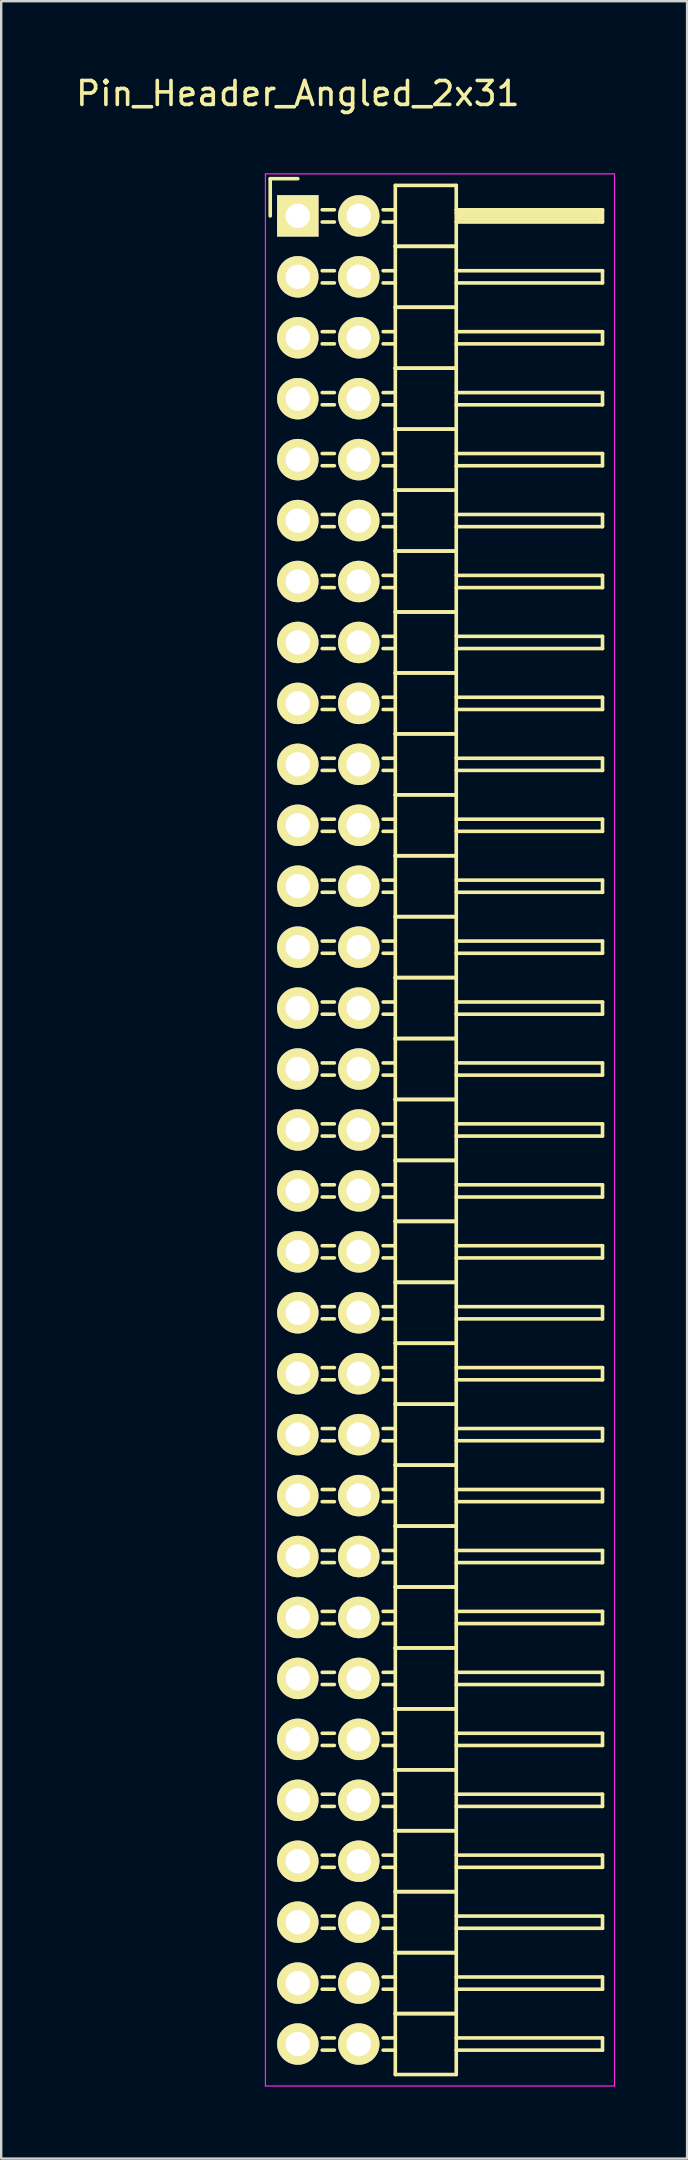
<source format=kicad_pcb>
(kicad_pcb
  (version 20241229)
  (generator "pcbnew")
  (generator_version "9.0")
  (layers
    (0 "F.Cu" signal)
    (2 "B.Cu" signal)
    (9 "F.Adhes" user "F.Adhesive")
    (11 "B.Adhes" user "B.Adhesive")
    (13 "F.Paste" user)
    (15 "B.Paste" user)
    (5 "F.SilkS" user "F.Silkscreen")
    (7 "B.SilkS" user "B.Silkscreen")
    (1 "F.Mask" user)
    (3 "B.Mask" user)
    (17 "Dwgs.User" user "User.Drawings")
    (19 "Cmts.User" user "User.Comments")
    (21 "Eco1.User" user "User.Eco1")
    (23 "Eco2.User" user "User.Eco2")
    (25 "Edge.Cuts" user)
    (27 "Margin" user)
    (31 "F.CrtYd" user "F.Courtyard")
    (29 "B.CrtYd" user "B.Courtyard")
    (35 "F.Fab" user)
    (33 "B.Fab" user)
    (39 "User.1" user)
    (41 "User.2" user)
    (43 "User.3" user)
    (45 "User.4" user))
  (footprint "Pin_Header_Angled_2x31"
    (layer "F.Cu")
    (at 9.363 5.948)
    (property "Reference" "Pin_Header_Angled_2x31" (at 0 -5.1 0) (layer "F.SilkS") (effects (font (size 1 1) (thickness 0.15))))
    (attr through_hole)
    (fp_line (start -1.15 -1.55) (end -1.15 0) (stroke (width 0.15) (type solid)) (layer "F.SilkS"))
    (fp_line (start 0 -1.55) (end -1.15 -1.55) (stroke (width 0.15) (type solid)) (layer "F.SilkS"))
    (fp_line (start 1.524 -0.254) (end 1.016 -0.254) (stroke (width 0.15) (type solid)) (layer "F.SilkS"))
    (fp_line (start 1.524 0.254) (end 1.016 0.254) (stroke (width 0.15) (type solid)) (layer "F.SilkS"))
    (fp_line (start 1.524 2.286) (end 1.016 2.286) (stroke (width 0.15) (type solid)) (layer "F.SilkS"))
    (fp_line (start 1.524 2.794) (end 1.016 2.794) (stroke (width 0.15) (type solid)) (layer "F.SilkS"))
    (fp_line (start 1.524 4.826) (end 1.016 4.826) (stroke (width 0.15) (type solid)) (layer "F.SilkS"))
    (fp_line (start 1.524 5.334) (end 1.016 5.334) (stroke (width 0.15) (type solid)) (layer "F.SilkS"))
    (fp_line (start 1.524 7.366) (end 1.016 7.366) (stroke (width 0.15) (type solid)) (layer "F.SilkS"))
    (fp_line (start 1.524 7.874) (end 1.016 7.874) (stroke (width 0.15) (type solid)) (layer "F.SilkS"))
    (fp_line (start 1.524 9.906) (end 1.016 9.906) (stroke (width 0.15) (type solid)) (layer "F.SilkS"))
    (fp_line (start 1.524 10.414) (end 1.016 10.414) (stroke (width 0.15) (type solid)) (layer "F.SilkS"))
    (fp_line (start 1.524 12.446) (end 1.016 12.446) (stroke (width 0.15) (type solid)) (layer "F.SilkS"))
    (fp_line (start 1.524 12.954) (end 1.016 12.954) (stroke (width 0.15) (type solid)) (layer "F.SilkS"))
    (fp_line (start 1.524 14.986) (end 1.016 14.986) (stroke (width 0.15) (type solid)) (layer "F.SilkS"))
    (fp_line (start 1.524 15.494) (end 1.016 15.494) (stroke (width 0.15) (type solid)) (layer "F.SilkS"))
    (fp_line (start 1.524 17.526) (end 1.016 17.526) (stroke (width 0.15) (type solid)) (layer "F.SilkS"))
    (fp_line (start 1.524 18.034) (end 1.016 18.034) (stroke (width 0.15) (type solid)) (layer "F.SilkS"))
    (fp_line (start 1.524 20.066) (end 1.016 20.066) (stroke (width 0.15) (type solid)) (layer "F.SilkS"))
    (fp_line (start 1.524 20.574) (end 1.016 20.574) (stroke (width 0.15) (type solid)) (layer "F.SilkS"))
    (fp_line (start 1.524 22.606) (end 1.016 22.606) (stroke (width 0.15) (type solid)) (layer "F.SilkS"))
    (fp_line (start 1.524 23.114) (end 1.016 23.114) (stroke (width 0.15) (type solid)) (layer "F.SilkS"))
    (fp_line (start 1.524 25.146) (end 1.016 25.146) (stroke (width 0.15) (type solid)) (layer "F.SilkS"))
    (fp_line (start 1.524 25.654) (end 1.016 25.654) (stroke (width 0.15) (type solid)) (layer "F.SilkS"))
    (fp_line (start 1.524 27.686) (end 1.016 27.686) (stroke (width 0.15) (type solid)) (layer "F.SilkS"))
    (fp_line (start 1.524 28.194) (end 1.016 28.194) (stroke (width 0.15) (type solid)) (layer "F.SilkS"))
    (fp_line (start 1.524 30.226) (end 1.016 30.226) (stroke (width 0.15) (type solid)) (layer "F.SilkS"))
    (fp_line (start 1.524 30.734) (end 1.016 30.734) (stroke (width 0.15) (type solid)) (layer "F.SilkS"))
    (fp_line (start 1.524 32.766) (end 1.016 32.766) (stroke (width 0.15) (type solid)) (layer "F.SilkS"))
    (fp_line (start 1.524 33.274) (end 1.016 33.274) (stroke (width 0.15) (type solid)) (layer "F.SilkS"))
    (fp_line (start 1.524 35.306) (end 1.016 35.306) (stroke (width 0.15) (type solid)) (layer "F.SilkS"))
    (fp_line (start 1.524 35.814) (end 1.016 35.814) (stroke (width 0.15) (type solid)) (layer "F.SilkS"))
    (fp_line (start 1.524 37.846) (end 1.016 37.846) (stroke (width 0.15) (type solid)) (layer "F.SilkS"))
    (fp_line (start 1.524 38.354) (end 1.016 38.354) (stroke (width 0.15) (type solid)) (layer "F.SilkS"))
    (fp_line (start 1.524 40.386) (end 1.016 40.386) (stroke (width 0.15) (type solid)) (layer "F.SilkS"))
    (fp_line (start 1.524 40.894) (end 1.016 40.894) (stroke (width 0.15) (type solid)) (layer "F.SilkS"))
    (fp_line (start 1.524 42.926) (end 1.016 42.926) (stroke (width 0.15) (type solid)) (layer "F.SilkS"))
    (fp_line (start 1.524 43.434) (end 1.016 43.434) (stroke (width 0.15) (type solid)) (layer "F.SilkS"))
    (fp_line (start 1.524 45.466) (end 1.016 45.466) (stroke (width 0.15) (type solid)) (layer "F.SilkS"))
    (fp_line (start 1.524 45.974) (end 1.016 45.974) (stroke (width 0.15) (type solid)) (layer "F.SilkS"))
    (fp_line (start 1.524 48.006) (end 1.016 48.006) (stroke (width 0.15) (type solid)) (layer "F.SilkS"))
    (fp_line (start 1.524 48.514) (end 1.016 48.514) (stroke (width 0.15) (type solid)) (layer "F.SilkS"))
    (fp_line (start 1.524 50.546) (end 1.016 50.546) (stroke (width 0.15) (type solid)) (layer "F.SilkS"))
    (fp_line (start 1.524 51.054) (end 1.016 51.054) (stroke (width 0.15) (type solid)) (layer "F.SilkS"))
    (fp_line (start 1.524 53.086) (end 1.016 53.086) (stroke (width 0.15) (type solid)) (layer "F.SilkS"))
    (fp_line (start 1.524 53.594) (end 1.016 53.594) (stroke (width 0.15) (type solid)) (layer "F.SilkS"))
    (fp_line (start 1.524 55.626) (end 1.016 55.626) (stroke (width 0.15) (type solid)) (layer "F.SilkS"))
    (fp_line (start 1.524 56.134) (end 1.016 56.134) (stroke (width 0.15) (type solid)) (layer "F.SilkS"))
    (fp_line (start 1.524 58.166) (end 1.016 58.166) (stroke (width 0.15) (type solid)) (layer "F.SilkS"))
    (fp_line (start 1.524 58.674) (end 1.016 58.674) (stroke (width 0.15) (type solid)) (layer "F.SilkS"))
    (fp_line (start 1.524 60.706) (end 1.016 60.706) (stroke (width 0.15) (type solid)) (layer "F.SilkS"))
    (fp_line (start 1.524 61.214) (end 1.016 61.214) (stroke (width 0.15) (type solid)) (layer "F.SilkS"))
    (fp_line (start 1.524 63.246) (end 1.016 63.246) (stroke (width 0.15) (type solid)) (layer "F.SilkS"))
    (fp_line (start 1.524 63.754) (end 1.016 63.754) (stroke (width 0.15) (type solid)) (layer "F.SilkS"))
    (fp_line (start 1.524 65.786) (end 1.016 65.786) (stroke (width 0.15) (type solid)) (layer "F.SilkS"))
    (fp_line (start 1.524 66.294) (end 1.016 66.294) (stroke (width 0.15) (type solid)) (layer "F.SilkS"))
    (fp_line (start 1.524 68.326) (end 1.016 68.326) (stroke (width 0.15) (type solid)) (layer "F.SilkS"))
    (fp_line (start 1.524 68.834) (end 1.016 68.834) (stroke (width 0.15) (type solid)) (layer "F.SilkS"))
    (fp_line (start 1.524 70.866) (end 1.016 70.866) (stroke (width 0.15) (type solid)) (layer "F.SilkS"))
    (fp_line (start 1.524 71.374) (end 1.016 71.374) (stroke (width 0.15) (type solid)) (layer "F.SilkS"))
    (fp_line (start 1.524 73.406) (end 1.016 73.406) (stroke (width 0.15) (type solid)) (layer "F.SilkS"))
    (fp_line (start 1.524 73.914) (end 1.016 73.914) (stroke (width 0.15) (type solid)) (layer "F.SilkS"))
    (fp_line (start 1.524 75.946) (end 1.016 75.946) (stroke (width 0.15) (type solid)) (layer "F.SilkS"))
    (fp_line (start 1.524 76.454) (end 1.016 76.454) (stroke (width 0.15) (type solid)) (layer "F.SilkS"))
    (fp_line (start 4.064 -1.27) (end 4.064 1.27) (stroke (width 0.15) (type solid)) (layer "F.SilkS"))
    (fp_line (start 4.064 -1.27) (end 6.604 -1.27) (stroke (width 0.15) (type solid)) (layer "F.SilkS"))
    (fp_line (start 4.064 -0.254) (end 3.556 -0.254) (stroke (width 0.15) (type solid)) (layer "F.SilkS"))
    (fp_line (start 4.064 0.254) (end 3.556 0.254) (stroke (width 0.15) (type solid)) (layer "F.SilkS"))
    (fp_line (start 4.064 1.27) (end 4.064 3.81) (stroke (width 0.15) (type solid)) (layer "F.SilkS"))
    (fp_line (start 4.064 1.27) (end 6.604 1.27) (stroke (width 0.15) (type solid)) (layer "F.SilkS"))
    (fp_line (start 4.064 1.27) (end 6.604 1.27) (stroke (width 0.15) (type solid)) (layer "F.SilkS"))
    (fp_line (start 4.064 2.286) (end 3.556 2.286) (stroke (width 0.15) (type solid)) (layer "F.SilkS"))
    (fp_line (start 4.064 2.794) (end 3.556 2.794) (stroke (width 0.15) (type solid)) (layer "F.SilkS"))
    (fp_line (start 4.064 3.81) (end 4.064 6.35) (stroke (width 0.15) (type solid)) (layer "F.SilkS"))
    (fp_line (start 4.064 3.81) (end 6.604 3.81) (stroke (width 0.15) (type solid)) (layer "F.SilkS"))
    (fp_line (start 4.064 3.81) (end 6.604 3.81) (stroke (width 0.15) (type solid)) (layer "F.SilkS"))
    (fp_line (start 4.064 4.826) (end 3.556 4.826) (stroke (width 0.15) (type solid)) (layer "F.SilkS"))
    (fp_line (start 4.064 5.334) (end 3.556 5.334) (stroke (width 0.15) (type solid)) (layer "F.SilkS"))
    (fp_line (start 4.064 6.35) (end 4.064 8.89) (stroke (width 0.15) (type solid)) (layer "F.SilkS"))
    (fp_line (start 4.064 6.35) (end 6.604 6.35) (stroke (width 0.15) (type solid)) (layer "F.SilkS"))
    (fp_line (start 4.064 6.35) (end 6.604 6.35) (stroke (width 0.15) (type solid)) (layer "F.SilkS"))
    (fp_line (start 4.064 7.366) (end 3.556 7.366) (stroke (width 0.15) (type solid)) (layer "F.SilkS"))
    (fp_line (start 4.064 7.874) (end 3.556 7.874) (stroke (width 0.15) (type solid)) (layer "F.SilkS"))
    (fp_line (start 4.064 8.89) (end 4.064 11.43) (stroke (width 0.15) (type solid)) (layer "F.SilkS"))
    (fp_line (start 4.064 8.89) (end 6.604 8.89) (stroke (width 0.15) (type solid)) (layer "F.SilkS"))
    (fp_line (start 4.064 8.89) (end 6.604 8.89) (stroke (width 0.15) (type solid)) (layer "F.SilkS"))
    (fp_line (start 4.064 9.906) (end 3.556 9.906) (stroke (width 0.15) (type solid)) (layer "F.SilkS"))
    (fp_line (start 4.064 10.414) (end 3.556 10.414) (stroke (width 0.15) (type solid)) (layer "F.SilkS"))
    (fp_line (start 4.064 11.43) (end 4.064 13.97) (stroke (width 0.15) (type solid)) (layer "F.SilkS"))
    (fp_line (start 4.064 11.43) (end 6.604 11.43) (stroke (width 0.15) (type solid)) (layer "F.SilkS"))
    (fp_line (start 4.064 11.43) (end 6.604 11.43) (stroke (width 0.15) (type solid)) (layer "F.SilkS"))
    (fp_line (start 4.064 12.446) (end 3.556 12.446) (stroke (width 0.15) (type solid)) (layer "F.SilkS"))
    (fp_line (start 4.064 12.954) (end 3.556 12.954) (stroke (width 0.15) (type solid)) (layer "F.SilkS"))
    (fp_line (start 4.064 13.97) (end 4.064 16.51) (stroke (width 0.15) (type solid)) (layer "F.SilkS"))
    (fp_line (start 4.064 13.97) (end 6.604 13.97) (stroke (width 0.15) (type solid)) (layer "F.SilkS"))
    (fp_line (start 4.064 13.97) (end 6.604 13.97) (stroke (width 0.15) (type solid)) (layer "F.SilkS"))
    (fp_line (start 4.064 14.986) (end 3.556 14.986) (stroke (width 0.15) (type solid)) (layer "F.SilkS"))
    (fp_line (start 4.064 15.494) (end 3.556 15.494) (stroke (width 0.15) (type solid)) (layer "F.SilkS"))
    (fp_line (start 4.064 16.51) (end 4.064 19.05) (stroke (width 0.15) (type solid)) (layer "F.SilkS"))
    (fp_line (start 4.064 16.51) (end 6.604 16.51) (stroke (width 0.15) (type solid)) (layer "F.SilkS"))
    (fp_line (start 4.064 16.51) (end 6.604 16.51) (stroke (width 0.15) (type solid)) (layer "F.SilkS"))
    (fp_line (start 4.064 17.526) (end 3.556 17.526) (stroke (width 0.15) (type solid)) (layer "F.SilkS"))
    (fp_line (start 4.064 18.034) (end 3.556 18.034) (stroke (width 0.15) (type solid)) (layer "F.SilkS"))
    (fp_line (start 4.064 19.05) (end 4.064 21.59) (stroke (width 0.15) (type solid)) (layer "F.SilkS"))
    (fp_line (start 4.064 19.05) (end 6.604 19.05) (stroke (width 0.15) (type solid)) (layer "F.SilkS"))
    (fp_line (start 4.064 19.05) (end 6.604 19.05) (stroke (width 0.15) (type solid)) (layer "F.SilkS"))
    (fp_line (start 4.064 20.066) (end 3.556 20.066) (stroke (width 0.15) (type solid)) (layer "F.SilkS"))
    (fp_line (start 4.064 20.574) (end 3.556 20.574) (stroke (width 0.15) (type solid)) (layer "F.SilkS"))
    (fp_line (start 4.064 21.59) (end 4.064 24.13) (stroke (width 0.15) (type solid)) (layer "F.SilkS"))
    (fp_line (start 4.064 21.59) (end 6.604 21.59) (stroke (width 0.15) (type solid)) (layer "F.SilkS"))
    (fp_line (start 4.064 21.59) (end 6.604 21.59) (stroke (width 0.15) (type solid)) (layer "F.SilkS"))
    (fp_line (start 4.064 22.606) (end 3.556 22.606) (stroke (width 0.15) (type solid)) (layer "F.SilkS"))
    (fp_line (start 4.064 23.114) (end 3.556 23.114) (stroke (width 0.15) (type solid)) (layer "F.SilkS"))
    (fp_line (start 4.064 24.13) (end 4.064 26.67) (stroke (width 0.15) (type solid)) (layer "F.SilkS"))
    (fp_line (start 4.064 24.13) (end 6.604 24.13) (stroke (width 0.15) (type solid)) (layer "F.SilkS"))
    (fp_line (start 4.064 24.13) (end 6.604 24.13) (stroke (width 0.15) (type solid)) (layer "F.SilkS"))
    (fp_line (start 4.064 25.146) (end 3.556 25.146) (stroke (width 0.15) (type solid)) (layer "F.SilkS"))
    (fp_line (start 4.064 25.654) (end 3.556 25.654) (stroke (width 0.15) (type solid)) (layer "F.SilkS"))
    (fp_line (start 4.064 26.67) (end 4.064 29.21) (stroke (width 0.15) (type solid)) (layer "F.SilkS"))
    (fp_line (start 4.064 26.67) (end 6.604 26.67) (stroke (width 0.15) (type solid)) (layer "F.SilkS"))
    (fp_line (start 4.064 26.67) (end 6.604 26.67) (stroke (width 0.15) (type solid)) (layer "F.SilkS"))
    (fp_line (start 4.064 27.686) (end 3.556 27.686) (stroke (width 0.15) (type solid)) (layer "F.SilkS"))
    (fp_line (start 4.064 28.194) (end 3.556 28.194) (stroke (width 0.15) (type solid)) (layer "F.SilkS"))
    (fp_line (start 4.064 29.21) (end 4.064 31.75) (stroke (width 0.15) (type solid)) (layer "F.SilkS"))
    (fp_line (start 4.064 29.21) (end 6.604 29.21) (stroke (width 0.15) (type solid)) (layer "F.SilkS"))
    (fp_line (start 4.064 29.21) (end 6.604 29.21) (stroke (width 0.15) (type solid)) (layer "F.SilkS"))
    (fp_line (start 4.064 30.226) (end 3.556 30.226) (stroke (width 0.15) (type solid)) (layer "F.SilkS"))
    (fp_line (start 4.064 30.734) (end 3.556 30.734) (stroke (width 0.15) (type solid)) (layer "F.SilkS"))
    (fp_line (start 4.064 31.75) (end 4.064 34.29) (stroke (width 0.15) (type solid)) (layer "F.SilkS"))
    (fp_line (start 4.064 31.75) (end 6.604 31.75) (stroke (width 0.15) (type solid)) (layer "F.SilkS"))
    (fp_line (start 4.064 31.75) (end 6.604 31.75) (stroke (width 0.15) (type solid)) (layer "F.SilkS"))
    (fp_line (start 4.064 32.766) (end 3.556 32.766) (stroke (width 0.15) (type solid)) (layer "F.SilkS"))
    (fp_line (start 4.064 33.274) (end 3.556 33.274) (stroke (width 0.15) (type solid)) (layer "F.SilkS"))
    (fp_line (start 4.064 34.29) (end 4.064 36.83) (stroke (width 0.15) (type solid)) (layer "F.SilkS"))
    (fp_line (start 4.064 34.29) (end 6.604 34.29) (stroke (width 0.15) (type solid)) (layer "F.SilkS"))
    (fp_line (start 4.064 34.29) (end 6.604 34.29) (stroke (width 0.15) (type solid)) (layer "F.SilkS"))
    (fp_line (start 4.064 35.306) (end 3.556 35.306) (stroke (width 0.15) (type solid)) (layer "F.SilkS"))
    (fp_line (start 4.064 35.814) (end 3.556 35.814) (stroke (width 0.15) (type solid)) (layer "F.SilkS"))
    (fp_line (start 4.064 36.83) (end 4.064 39.37) (stroke (width 0.15) (type solid)) (layer "F.SilkS"))
    (fp_line (start 4.064 36.83) (end 6.604 36.83) (stroke (width 0.15) (type solid)) (layer "F.SilkS"))
    (fp_line (start 4.064 36.83) (end 6.604 36.83) (stroke (width 0.15) (type solid)) (layer "F.SilkS"))
    (fp_line (start 4.064 37.846) (end 3.556 37.846) (stroke (width 0.15) (type solid)) (layer "F.SilkS"))
    (fp_line (start 4.064 38.354) (end 3.556 38.354) (stroke (width 0.15) (type solid)) (layer "F.SilkS"))
    (fp_line (start 4.064 39.37) (end 4.064 41.91) (stroke (width 0.15) (type solid)) (layer "F.SilkS"))
    (fp_line (start 4.064 39.37) (end 6.604 39.37) (stroke (width 0.15) (type solid)) (layer "F.SilkS"))
    (fp_line (start 4.064 39.37) (end 6.604 39.37) (stroke (width 0.15) (type solid)) (layer "F.SilkS"))
    (fp_line (start 4.064 40.386) (end 3.556 40.386) (stroke (width 0.15) (type solid)) (layer "F.SilkS"))
    (fp_line (start 4.064 40.894) (end 3.556 40.894) (stroke (width 0.15) (type solid)) (layer "F.SilkS"))
    (fp_line (start 4.064 41.91) (end 4.064 44.45) (stroke (width 0.15) (type solid)) (layer "F.SilkS"))
    (fp_line (start 4.064 41.91) (end 6.604 41.91) (stroke (width 0.15) (type solid)) (layer "F.SilkS"))
    (fp_line (start 4.064 41.91) (end 6.604 41.91) (stroke (width 0.15) (type solid)) (layer "F.SilkS"))
    (fp_line (start 4.064 42.926) (end 3.556 42.926) (stroke (width 0.15) (type solid)) (layer "F.SilkS"))
    (fp_line (start 4.064 43.434) (end 3.556 43.434) (stroke (width 0.15) (type solid)) (layer "F.SilkS"))
    (fp_line (start 4.064 44.45) (end 4.064 46.99) (stroke (width 0.15) (type solid)) (layer "F.SilkS"))
    (fp_line (start 4.064 44.45) (end 6.604 44.45) (stroke (width 0.15) (type solid)) (layer "F.SilkS"))
    (fp_line (start 4.064 44.45) (end 6.604 44.45) (stroke (width 0.15) (type solid)) (layer "F.SilkS"))
    (fp_line (start 4.064 45.466) (end 3.556 45.466) (stroke (width 0.15) (type solid)) (layer "F.SilkS"))
    (fp_line (start 4.064 45.974) (end 3.556 45.974) (stroke (width 0.15) (type solid)) (layer "F.SilkS"))
    (fp_line (start 4.064 46.99) (end 4.064 49.53) (stroke (width 0.15) (type solid)) (layer "F.SilkS"))
    (fp_line (start 4.064 46.99) (end 6.604 46.99) (stroke (width 0.15) (type solid)) (layer "F.SilkS"))
    (fp_line (start 4.064 46.99) (end 6.604 46.99) (stroke (width 0.15) (type solid)) (layer "F.SilkS"))
    (fp_line (start 4.064 48.006) (end 3.556 48.006) (stroke (width 0.15) (type solid)) (layer "F.SilkS"))
    (fp_line (start 4.064 48.514) (end 3.556 48.514) (stroke (width 0.15) (type solid)) (layer "F.SilkS"))
    (fp_line (start 4.064 49.53) (end 4.064 52.07) (stroke (width 0.15) (type solid)) (layer "F.SilkS"))
    (fp_line (start 4.064 49.53) (end 6.604 49.53) (stroke (width 0.15) (type solid)) (layer "F.SilkS"))
    (fp_line (start 4.064 49.53) (end 6.604 49.53) (stroke (width 0.15) (type solid)) (layer "F.SilkS"))
    (fp_line (start 4.064 50.546) (end 3.556 50.546) (stroke (width 0.15) (type solid)) (layer "F.SilkS"))
    (fp_line (start 4.064 51.054) (end 3.556 51.054) (stroke (width 0.15) (type solid)) (layer "F.SilkS"))
    (fp_line (start 4.064 52.07) (end 4.064 54.61) (stroke (width 0.15) (type solid)) (layer "F.SilkS"))
    (fp_line (start 4.064 52.07) (end 6.604 52.07) (stroke (width 0.15) (type solid)) (layer "F.SilkS"))
    (fp_line (start 4.064 52.07) (end 6.604 52.07) (stroke (width 0.15) (type solid)) (layer "F.SilkS"))
    (fp_line (start 4.064 53.086) (end 3.556 53.086) (stroke (width 0.15) (type solid)) (layer "F.SilkS"))
    (fp_line (start 4.064 53.594) (end 3.556 53.594) (stroke (width 0.15) (type solid)) (layer "F.SilkS"))
    (fp_line (start 4.064 54.61) (end 4.064 57.15) (stroke (width 0.15) (type solid)) (layer "F.SilkS"))
    (fp_line (start 4.064 54.61) (end 6.604 54.61) (stroke (width 0.15) (type solid)) (layer "F.SilkS"))
    (fp_line (start 4.064 54.61) (end 6.604 54.61) (stroke (width 0.15) (type solid)) (layer "F.SilkS"))
    (fp_line (start 4.064 55.626) (end 3.556 55.626) (stroke (width 0.15) (type solid)) (layer "F.SilkS"))
    (fp_line (start 4.064 56.134) (end 3.556 56.134) (stroke (width 0.15) (type solid)) (layer "F.SilkS"))
    (fp_line (start 4.064 57.15) (end 4.064 59.69) (stroke (width 0.15) (type solid)) (layer "F.SilkS"))
    (fp_line (start 4.064 57.15) (end 6.604 57.15) (stroke (width 0.15) (type solid)) (layer "F.SilkS"))
    (fp_line (start 4.064 57.15) (end 6.604 57.15) (stroke (width 0.15) (type solid)) (layer "F.SilkS"))
    (fp_line (start 4.064 58.166) (end 3.556 58.166) (stroke (width 0.15) (type solid)) (layer "F.SilkS"))
    (fp_line (start 4.064 58.674) (end 3.556 58.674) (stroke (width 0.15) (type solid)) (layer "F.SilkS"))
    (fp_line (start 4.064 59.69) (end 4.064 62.23) (stroke (width 0.15) (type solid)) (layer "F.SilkS"))
    (fp_line (start 4.064 59.69) (end 6.604 59.69) (stroke (width 0.15) (type solid)) (layer "F.SilkS"))
    (fp_line (start 4.064 59.69) (end 6.604 59.69) (stroke (width 0.15) (type solid)) (layer "F.SilkS"))
    (fp_line (start 4.064 60.706) (end 3.556 60.706) (stroke (width 0.15) (type solid)) (layer "F.SilkS"))
    (fp_line (start 4.064 61.214) (end 3.556 61.214) (stroke (width 0.15) (type solid)) (layer "F.SilkS"))
    (fp_line (start 4.064 62.23) (end 4.064 64.77) (stroke (width 0.15) (type solid)) (layer "F.SilkS"))
    (fp_line (start 4.064 62.23) (end 6.604 62.23) (stroke (width 0.15) (type solid)) (layer "F.SilkS"))
    (fp_line (start 4.064 62.23) (end 6.604 62.23) (stroke (width 0.15) (type solid)) (layer "F.SilkS"))
    (fp_line (start 4.064 63.246) (end 3.556 63.246) (stroke (width 0.15) (type solid)) (layer "F.SilkS"))
    (fp_line (start 4.064 63.754) (end 3.556 63.754) (stroke (width 0.15) (type solid)) (layer "F.SilkS"))
    (fp_line (start 4.064 64.77) (end 4.064 67.31) (stroke (width 0.15) (type solid)) (layer "F.SilkS"))
    (fp_line (start 4.064 64.77) (end 6.604 64.77) (stroke (width 0.15) (type solid)) (layer "F.SilkS"))
    (fp_line (start 4.064 64.77) (end 6.604 64.77) (stroke (width 0.15) (type solid)) (layer "F.SilkS"))
    (fp_line (start 4.064 65.786) (end 3.556 65.786) (stroke (width 0.15) (type solid)) (layer "F.SilkS"))
    (fp_line (start 4.064 66.294) (end 3.556 66.294) (stroke (width 0.15) (type solid)) (layer "F.SilkS"))
    (fp_line (start 4.064 67.31) (end 4.064 69.85) (stroke (width 0.15) (type solid)) (layer "F.SilkS"))
    (fp_line (start 4.064 67.31) (end 6.604 67.31) (stroke (width 0.15) (type solid)) (layer "F.SilkS"))
    (fp_line (start 4.064 67.31) (end 6.604 67.31) (stroke (width 0.15) (type solid)) (layer "F.SilkS"))
    (fp_line (start 4.064 68.326) (end 3.556 68.326) (stroke (width 0.15) (type solid)) (layer "F.SilkS"))
    (fp_line (start 4.064 68.834) (end 3.556 68.834) (stroke (width 0.15) (type solid)) (layer "F.SilkS"))
    (fp_line (start 4.064 69.85) (end 4.064 72.39) (stroke (width 0.15) (type solid)) (layer "F.SilkS"))
    (fp_line (start 4.064 69.85) (end 6.604 69.85) (stroke (width 0.15) (type solid)) (layer "F.SilkS"))
    (fp_line (start 4.064 69.85) (end 6.604 69.85) (stroke (width 0.15) (type solid)) (layer "F.SilkS"))
    (fp_line (start 4.064 70.866) (end 3.556 70.866) (stroke (width 0.15) (type solid)) (layer "F.SilkS"))
    (fp_line (start 4.064 71.374) (end 3.556 71.374) (stroke (width 0.15) (type solid)) (layer "F.SilkS"))
    (fp_line (start 4.064 72.39) (end 4.064 74.93) (stroke (width 0.15) (type solid)) (layer "F.SilkS"))
    (fp_line (start 4.064 72.39) (end 6.604 72.39) (stroke (width 0.15) (type solid)) (layer "F.SilkS"))
    (fp_line (start 4.064 72.39) (end 6.604 72.39) (stroke (width 0.15) (type solid)) (layer "F.SilkS"))
    (fp_line (start 4.064 73.406) (end 3.556 73.406) (stroke (width 0.15) (type solid)) (layer "F.SilkS"))
    (fp_line (start 4.064 73.914) (end 3.556 73.914) (stroke (width 0.15) (type solid)) (layer "F.SilkS"))
    (fp_line (start 4.064 74.93) (end 4.064 77.47) (stroke (width 0.15) (type solid)) (layer "F.SilkS"))
    (fp_line (start 4.064 74.93) (end 6.604 74.93) (stroke (width 0.15) (type solid)) (layer "F.SilkS"))
    (fp_line (start 4.064 74.93) (end 6.604 74.93) (stroke (width 0.15) (type solid)) (layer "F.SilkS"))
    (fp_line (start 4.064 75.946) (end 3.556 75.946) (stroke (width 0.15) (type solid)) (layer "F.SilkS"))
    (fp_line (start 4.064 76.454) (end 3.556 76.454) (stroke (width 0.15) (type solid)) (layer "F.SilkS"))
    (fp_line (start 4.064 77.47) (end 6.604 77.47) (stroke (width 0.15) (type solid)) (layer "F.SilkS"))
    (fp_line (start 6.604 -0.254) (end 12.7 -0.254) (stroke (width 0.15) (type solid)) (layer "F.SilkS"))
    (fp_line (start 6.604 -0.127) (end 12.573 -0.127) (stroke (width 0.15) (type solid)) (layer "F.SilkS"))
    (fp_line (start 6.604 1.27) (end 6.604 -1.27) (stroke (width 0.15) (type solid)) (layer "F.SilkS"))
    (fp_line (start 6.604 2.286) (end 12.7 2.286) (stroke (width 0.15) (type solid)) (layer "F.SilkS"))
    (fp_line (start 6.604 3.81) (end 6.604 1.27) (stroke (width 0.15) (type solid)) (layer "F.SilkS"))
    (fp_line (start 6.604 4.826) (end 12.7 4.826) (stroke (width 0.15) (type solid)) (layer "F.SilkS"))
    (fp_line (start 6.604 6.35) (end 6.604 3.81) (stroke (width 0.15) (type solid)) (layer "F.SilkS"))
    (fp_line (start 6.604 7.366) (end 12.7 7.366) (stroke (width 0.15) (type solid)) (layer "F.SilkS"))
    (fp_line (start 6.604 8.89) (end 6.604 6.35) (stroke (width 0.15) (type solid)) (layer "F.SilkS"))
    (fp_line (start 6.604 9.906) (end 12.7 9.906) (stroke (width 0.15) (type solid)) (layer "F.SilkS"))
    (fp_line (start 6.604 11.43) (end 6.604 8.89) (stroke (width 0.15) (type solid)) (layer "F.SilkS"))
    (fp_line (start 6.604 12.446) (end 12.7 12.446) (stroke (width 0.15) (type solid)) (layer "F.SilkS"))
    (fp_line (start 6.604 13.97) (end 6.604 11.43) (stroke (width 0.15) (type solid)) (layer "F.SilkS"))
    (fp_line (start 6.604 14.986) (end 12.7 14.986) (stroke (width 0.15) (type solid)) (layer "F.SilkS"))
    (fp_line (start 6.604 16.51) (end 6.604 13.97) (stroke (width 0.15) (type solid)) (layer "F.SilkS"))
    (fp_line (start 6.604 17.526) (end 12.7 17.526) (stroke (width 0.15) (type solid)) (layer "F.SilkS"))
    (fp_line (start 6.604 19.05) (end 6.604 16.51) (stroke (width 0.15) (type solid)) (layer "F.SilkS"))
    (fp_line (start 6.604 20.066) (end 12.7 20.066) (stroke (width 0.15) (type solid)) (layer "F.SilkS"))
    (fp_line (start 6.604 21.59) (end 6.604 19.05) (stroke (width 0.15) (type solid)) (layer "F.SilkS"))
    (fp_line (start 6.604 22.606) (end 12.7 22.606) (stroke (width 0.15) (type solid)) (layer "F.SilkS"))
    (fp_line (start 6.604 24.13) (end 6.604 21.59) (stroke (width 0.15) (type solid)) (layer "F.SilkS"))
    (fp_line (start 6.604 25.146) (end 12.7 25.146) (stroke (width 0.15) (type solid)) (layer "F.SilkS"))
    (fp_line (start 6.604 26.67) (end 6.604 24.13) (stroke (width 0.15) (type solid)) (layer "F.SilkS"))
    (fp_line (start 6.604 27.686) (end 12.7 27.686) (stroke (width 0.15) (type solid)) (layer "F.SilkS"))
    (fp_line (start 6.604 29.21) (end 6.604 26.67) (stroke (width 0.15) (type solid)) (layer "F.SilkS"))
    (fp_line (start 6.604 30.226) (end 12.7 30.226) (stroke (width 0.15) (type solid)) (layer "F.SilkS"))
    (fp_line (start 6.604 31.75) (end 6.604 29.21) (stroke (width 0.15) (type solid)) (layer "F.SilkS"))
    (fp_line (start 6.604 32.766) (end 12.7 32.766) (stroke (width 0.15) (type solid)) (layer "F.SilkS"))
    (fp_line (start 6.604 34.29) (end 6.604 31.75) (stroke (width 0.15) (type solid)) (layer "F.SilkS"))
    (fp_line (start 6.604 35.306) (end 12.7 35.306) (stroke (width 0.15) (type solid)) (layer "F.SilkS"))
    (fp_line (start 6.604 36.83) (end 6.604 34.29) (stroke (width 0.15) (type solid)) (layer "F.SilkS"))
    (fp_line (start 6.604 37.846) (end 12.7 37.846) (stroke (width 0.15) (type solid)) (layer "F.SilkS"))
    (fp_line (start 6.604 39.37) (end 6.604 36.83) (stroke (width 0.15) (type solid)) (layer "F.SilkS"))
    (fp_line (start 6.604 40.386) (end 12.7 40.386) (stroke (width 0.15) (type solid)) (layer "F.SilkS"))
    (fp_line (start 6.604 41.91) (end 6.604 39.37) (stroke (width 0.15) (type solid)) (layer "F.SilkS"))
    (fp_line (start 6.604 42.926) (end 12.7 42.926) (stroke (width 0.15) (type solid)) (layer "F.SilkS"))
    (fp_line (start 6.604 44.45) (end 6.604 41.91) (stroke (width 0.15) (type solid)) (layer "F.SilkS"))
    (fp_line (start 6.604 45.466) (end 12.7 45.466) (stroke (width 0.15) (type solid)) (layer "F.SilkS"))
    (fp_line (start 6.604 46.99) (end 6.604 44.45) (stroke (width 0.15) (type solid)) (layer "F.SilkS"))
    (fp_line (start 6.604 48.006) (end 12.7 48.006) (stroke (width 0.15) (type solid)) (layer "F.SilkS"))
    (fp_line (start 6.604 49.53) (end 6.604 46.99) (stroke (width 0.15) (type solid)) (layer "F.SilkS"))
    (fp_line (start 6.604 50.546) (end 12.7 50.546) (stroke (width 0.15) (type solid)) (layer "F.SilkS"))
    (fp_line (start 6.604 52.07) (end 6.604 49.53) (stroke (width 0.15) (type solid)) (layer "F.SilkS"))
    (fp_line (start 6.604 53.086) (end 12.7 53.086) (stroke (width 0.15) (type solid)) (layer "F.SilkS"))
    (fp_line (start 6.604 54.61) (end 6.604 52.07) (stroke (width 0.15) (type solid)) (layer "F.SilkS"))
    (fp_line (start 6.604 55.626) (end 12.7 55.626) (stroke (width 0.15) (type solid)) (layer "F.SilkS"))
    (fp_line (start 6.604 57.15) (end 6.604 54.61) (stroke (width 0.15) (type solid)) (layer "F.SilkS"))
    (fp_line (start 6.604 58.166) (end 12.7 58.166) (stroke (width 0.15) (type solid)) (layer "F.SilkS"))
    (fp_line (start 6.604 59.69) (end 6.604 57.15) (stroke (width 0.15) (type solid)) (layer "F.SilkS"))
    (fp_line (start 6.604 60.706) (end 12.7 60.706) (stroke (width 0.15) (type solid)) (layer "F.SilkS"))
    (fp_line (start 6.604 62.23) (end 6.604 59.69) (stroke (width 0.15) (type solid)) (layer "F.SilkS"))
    (fp_line (start 6.604 63.246) (end 12.7 63.246) (stroke (width 0.15) (type solid)) (layer "F.SilkS"))
    (fp_line (start 6.604 64.77) (end 6.604 62.23) (stroke (width 0.15) (type solid)) (layer "F.SilkS"))
    (fp_line (start 6.604 65.786) (end 12.7 65.786) (stroke (width 0.15) (type solid)) (layer "F.SilkS"))
    (fp_line (start 6.604 67.31) (end 6.604 64.77) (stroke (width 0.15) (type solid)) (layer "F.SilkS"))
    (fp_line (start 6.604 68.326) (end 12.7 68.326) (stroke (width 0.15) (type solid)) (layer "F.SilkS"))
    (fp_line (start 6.604 69.85) (end 6.604 67.31) (stroke (width 0.15) (type solid)) (layer "F.SilkS"))
    (fp_line (start 6.604 70.866) (end 12.7 70.866) (stroke (width 0.15) (type solid)) (layer "F.SilkS"))
    (fp_line (start 6.604 72.39) (end 6.604 69.85) (stroke (width 0.15) (type solid)) (layer "F.SilkS"))
    (fp_line (start 6.604 73.406) (end 12.7 73.406) (stroke (width 0.15) (type solid)) (layer "F.SilkS"))
    (fp_line (start 6.604 74.93) (end 6.604 72.39) (stroke (width 0.15) (type solid)) (layer "F.SilkS"))
    (fp_line (start 6.604 75.946) (end 12.7 75.946) (stroke (width 0.15) (type solid)) (layer "F.SilkS"))
    (fp_line (start 6.604 77.47) (end 6.604 74.93) (stroke (width 0.15) (type solid)) (layer "F.SilkS"))
    (fp_line (start 6.731 0) (end 12.573 0) (stroke (width 0.15) (type solid)) (layer "F.SilkS"))
    (fp_line (start 6.731 0.127) (end 6.731 0) (stroke (width 0.15) (type solid)) (layer "F.SilkS"))
    (fp_line (start 12.573 -0.127) (end 12.573 0.127) (stroke (width 0.15) (type solid)) (layer "F.SilkS"))
    (fp_line (start 12.573 0.127) (end 6.731 0.127) (stroke (width 0.15) (type solid)) (layer "F.SilkS"))
    (fp_line (start 12.7 -0.254) (end 12.7 0.254) (stroke (width 0.15) (type solid)) (layer "F.SilkS"))
    (fp_line (start 12.7 0.254) (end 6.604 0.254) (stroke (width 0.15) (type solid)) (layer "F.SilkS"))
    (fp_line (start 12.7 2.286) (end 12.7 2.794) (stroke (width 0.15) (type solid)) (layer "F.SilkS"))
    (fp_line (start 12.7 2.794) (end 6.604 2.794) (stroke (width 0.15) (type solid)) (layer "F.SilkS"))
    (fp_line (start 12.7 4.826) (end 12.7 5.334) (stroke (width 0.15) (type solid)) (layer "F.SilkS"))
    (fp_line (start 12.7 5.334) (end 6.604 5.334) (stroke (width 0.15) (type solid)) (layer "F.SilkS"))
    (fp_line (start 12.7 7.366) (end 12.7 7.874) (stroke (width 0.15) (type solid)) (layer "F.SilkS"))
    (fp_line (start 12.7 7.874) (end 6.604 7.874) (stroke (width 0.15) (type solid)) (layer "F.SilkS"))
    (fp_line (start 12.7 9.906) (end 12.7 10.414) (stroke (width 0.15) (type solid)) (layer "F.SilkS"))
    (fp_line (start 12.7 10.414) (end 6.604 10.414) (stroke (width 0.15) (type solid)) (layer "F.SilkS"))
    (fp_line (start 12.7 12.446) (end 12.7 12.954) (stroke (width 0.15) (type solid)) (layer "F.SilkS"))
    (fp_line (start 12.7 12.954) (end 6.604 12.954) (stroke (width 0.15) (type solid)) (layer "F.SilkS"))
    (fp_line (start 12.7 14.986) (end 12.7 15.494) (stroke (width 0.15) (type solid)) (layer "F.SilkS"))
    (fp_line (start 12.7 15.494) (end 6.604 15.494) (stroke (width 0.15) (type solid)) (layer "F.SilkS"))
    (fp_line (start 12.7 17.526) (end 12.7 18.034) (stroke (width 0.15) (type solid)) (layer "F.SilkS"))
    (fp_line (start 12.7 18.034) (end 6.604 18.034) (stroke (width 0.15) (type solid)) (layer "F.SilkS"))
    (fp_line (start 12.7 20.066) (end 12.7 20.574) (stroke (width 0.15) (type solid)) (layer "F.SilkS"))
    (fp_line (start 12.7 20.574) (end 6.604 20.574) (stroke (width 0.15) (type solid)) (layer "F.SilkS"))
    (fp_line (start 12.7 22.606) (end 12.7 23.114) (stroke (width 0.15) (type solid)) (layer "F.SilkS"))
    (fp_line (start 12.7 23.114) (end 6.604 23.114) (stroke (width 0.15) (type solid)) (layer "F.SilkS"))
    (fp_line (start 12.7 25.146) (end 12.7 25.654) (stroke (width 0.15) (type solid)) (layer "F.SilkS"))
    (fp_line (start 12.7 25.654) (end 6.604 25.654) (stroke (width 0.15) (type solid)) (layer "F.SilkS"))
    (fp_line (start 12.7 27.686) (end 12.7 28.194) (stroke (width 0.15) (type solid)) (layer "F.SilkS"))
    (fp_line (start 12.7 28.194) (end 6.604 28.194) (stroke (width 0.15) (type solid)) (layer "F.SilkS"))
    (fp_line (start 12.7 30.226) (end 12.7 30.734) (stroke (width 0.15) (type solid)) (layer "F.SilkS"))
    (fp_line (start 12.7 30.734) (end 6.604 30.734) (stroke (width 0.15) (type solid)) (layer "F.SilkS"))
    (fp_line (start 12.7 32.766) (end 12.7 33.274) (stroke (width 0.15) (type solid)) (layer "F.SilkS"))
    (fp_line (start 12.7 33.274) (end 6.604 33.274) (stroke (width 0.15) (type solid)) (layer "F.SilkS"))
    (fp_line (start 12.7 35.306) (end 12.7 35.814) (stroke (width 0.15) (type solid)) (layer "F.SilkS"))
    (fp_line (start 12.7 35.814) (end 6.604 35.814) (stroke (width 0.15) (type solid)) (layer "F.SilkS"))
    (fp_line (start 12.7 37.846) (end 12.7 38.354) (stroke (width 0.15) (type solid)) (layer "F.SilkS"))
    (fp_line (start 12.7 38.354) (end 6.604 38.354) (stroke (width 0.15) (type solid)) (layer "F.SilkS"))
    (fp_line (start 12.7 40.386) (end 12.7 40.894) (stroke (width 0.15) (type solid)) (layer "F.SilkS"))
    (fp_line (start 12.7 40.894) (end 6.604 40.894) (stroke (width 0.15) (type solid)) (layer "F.SilkS"))
    (fp_line (start 12.7 42.926) (end 12.7 43.434) (stroke (width 0.15) (type solid)) (layer "F.SilkS"))
    (fp_line (start 12.7 43.434) (end 6.604 43.434) (stroke (width 0.15) (type solid)) (layer "F.SilkS"))
    (fp_line (start 12.7 45.466) (end 12.7 45.974) (stroke (width 0.15) (type solid)) (layer "F.SilkS"))
    (fp_line (start 12.7 45.974) (end 6.604 45.974) (stroke (width 0.15) (type solid)) (layer "F.SilkS"))
    (fp_line (start 12.7 48.006) (end 12.7 48.514) (stroke (width 0.15) (type solid)) (layer "F.SilkS"))
    (fp_line (start 12.7 48.514) (end 6.604 48.514) (stroke (width 0.15) (type solid)) (layer "F.SilkS"))
    (fp_line (start 12.7 50.546) (end 12.7 51.054) (stroke (width 0.15) (type solid)) (layer "F.SilkS"))
    (fp_line (start 12.7 51.054) (end 6.604 51.054) (stroke (width 0.15) (type solid)) (layer "F.SilkS"))
    (fp_line (start 12.7 53.086) (end 12.7 53.594) (stroke (width 0.15) (type solid)) (layer "F.SilkS"))
    (fp_line (start 12.7 53.594) (end 6.604 53.594) (stroke (width 0.15) (type solid)) (layer "F.SilkS"))
    (fp_line (start 12.7 55.626) (end 12.7 56.134) (stroke (width 0.15) (type solid)) (layer "F.SilkS"))
    (fp_line (start 12.7 56.134) (end 6.604 56.134) (stroke (width 0.15) (type solid)) (layer "F.SilkS"))
    (fp_line (start 12.7 58.166) (end 12.7 58.674) (stroke (width 0.15) (type solid)) (layer "F.SilkS"))
    (fp_line (start 12.7 58.674) (end 6.604 58.674) (stroke (width 0.15) (type solid)) (layer "F.SilkS"))
    (fp_line (start 12.7 60.706) (end 12.7 61.214) (stroke (width 0.15) (type solid)) (layer "F.SilkS"))
    (fp_line (start 12.7 61.214) (end 6.604 61.214) (stroke (width 0.15) (type solid)) (layer "F.SilkS"))
    (fp_line (start 12.7 63.246) (end 12.7 63.754) (stroke (width 0.15) (type solid)) (layer "F.SilkS"))
    (fp_line (start 12.7 63.754) (end 6.604 63.754) (stroke (width 0.15) (type solid)) (layer "F.SilkS"))
    (fp_line (start 12.7 65.786) (end 12.7 66.294) (stroke (width 0.15) (type solid)) (layer "F.SilkS"))
    (fp_line (start 12.7 66.294) (end 6.604 66.294) (stroke (width 0.15) (type solid)) (layer "F.SilkS"))
    (fp_line (start 12.7 68.326) (end 12.7 68.834) (stroke (width 0.15) (type solid)) (layer "F.SilkS"))
    (fp_line (start 12.7 68.834) (end 6.604 68.834) (stroke (width 0.15) (type solid)) (layer "F.SilkS"))
    (fp_line (start 12.7 70.866) (end 12.7 71.374) (stroke (width 0.15) (type solid)) (layer "F.SilkS"))
    (fp_line (start 12.7 71.374) (end 6.604 71.374) (stroke (width 0.15) (type solid)) (layer "F.SilkS"))
    (fp_line (start 12.7 73.406) (end 12.7 73.914) (stroke (width 0.15) (type solid)) (layer "F.SilkS"))
    (fp_line (start 12.7 73.914) (end 6.604 73.914) (stroke (width 0.15) (type solid)) (layer "F.SilkS"))
    (fp_line (start 12.7 75.946) (end 12.7 76.454) (stroke (width 0.15) (type solid)) (layer "F.SilkS"))
    (fp_line (start 12.7 76.454) (end 6.604 76.454) (stroke (width 0.15) (type solid)) (layer "F.SilkS"))
    (fp_line (start -1.35 -1.75) (end -1.35 77.95) (stroke (width 0.05) (type solid)) (layer "F.CrtYd"))
    (fp_line (start -1.35 -1.75) (end 13.2 -1.75) (stroke (width 0.05) (type solid)) (layer "F.CrtYd"))
    (fp_line (start -1.35 77.95) (end 13.2 77.95) (stroke (width 0.05) (type solid)) (layer "F.CrtYd"))
    (fp_line (start 13.2 -1.75) (end 13.2 77.95) (stroke (width 0.05) (type solid)) (layer "F.CrtYd"))
    (pad "1" thru_hole rect (at 0 0) (size 1.727 1.727) (drill 1.016) (layers "*.Cu" "*.Mask" "F.SilkS"))
    (pad "2" thru_hole oval (at 2.54 0) (size 1.727 1.727) (drill 1.016) (layers "*.Cu" "*.Mask" "F.SilkS"))
    (pad "3" thru_hole oval (at 0 2.54) (size 1.727 1.727) (drill 1.016) (layers "*.Cu" "*.Mask" "F.SilkS"))
    (pad "4" thru_hole oval (at 2.54 2.54) (size 1.727 1.727) (drill 1.016) (layers "*.Cu" "*.Mask" "F.SilkS"))
    (pad "5" thru_hole oval (at 0 5.08) (size 1.727 1.727) (drill 1.016) (layers "*.Cu" "*.Mask" "F.SilkS"))
    (pad "6" thru_hole oval (at 2.54 5.08) (size 1.727 1.727) (drill 1.016) (layers "*.Cu" "*.Mask" "F.SilkS"))
    (pad "7" thru_hole oval (at 0 7.62) (size 1.727 1.727) (drill 1.016) (layers "*.Cu" "*.Mask" "F.SilkS"))
    (pad "8" thru_hole oval (at 2.54 7.62) (size 1.727 1.727) (drill 1.016) (layers "*.Cu" "*.Mask" "F.SilkS"))
    (pad "9" thru_hole oval (at 0 10.16) (size 1.727 1.727) (drill 1.016) (layers "*.Cu" "*.Mask" "F.SilkS"))
    (pad "10" thru_hole oval (at 2.54 10.16) (size 1.727 1.727) (drill 1.016) (layers "*.Cu" "*.Mask" "F.SilkS"))
    (pad "11" thru_hole oval (at 0 12.7) (size 1.727 1.727) (drill 1.016) (layers "*.Cu" "*.Mask" "F.SilkS"))
    (pad "12" thru_hole oval (at 2.54 12.7) (size 1.727 1.727) (drill 1.016) (layers "*.Cu" "*.Mask" "F.SilkS"))
    (pad "13" thru_hole oval (at 0 15.24) (size 1.727 1.727) (drill 1.016) (layers "*.Cu" "*.Mask" "F.SilkS"))
    (pad "14" thru_hole oval (at 2.54 15.24) (size 1.727 1.727) (drill 1.016) (layers "*.Cu" "*.Mask" "F.SilkS"))
    (pad "15" thru_hole oval (at 0 17.78) (size 1.727 1.727) (drill 1.016) (layers "*.Cu" "*.Mask" "F.SilkS"))
    (pad "16" thru_hole oval (at 2.54 17.78) (size 1.727 1.727) (drill 1.016) (layers "*.Cu" "*.Mask" "F.SilkS"))
    (pad "17" thru_hole oval (at 0 20.32) (size 1.727 1.727) (drill 1.016) (layers "*.Cu" "*.Mask" "F.SilkS"))
    (pad "18" thru_hole oval (at 2.54 20.32) (size 1.727 1.727) (drill 1.016) (layers "*.Cu" "*.Mask" "F.SilkS"))
    (pad "19" thru_hole oval (at 0 22.86) (size 1.727 1.727) (drill 1.016) (layers "*.Cu" "*.Mask" "F.SilkS"))
    (pad "20" thru_hole oval (at 2.54 22.86) (size 1.727 1.727) (drill 1.016) (layers "*.Cu" "*.Mask" "F.SilkS"))
    (pad "21" thru_hole oval (at 0 25.4) (size 1.727 1.727) (drill 1.016) (layers "*.Cu" "*.Mask" "F.SilkS"))
    (pad "22" thru_hole oval (at 2.54 25.4) (size 1.727 1.727) (drill 1.016) (layers "*.Cu" "*.Mask" "F.SilkS"))
    (pad "23" thru_hole oval (at 0 27.94) (size 1.727 1.727) (drill 1.016) (layers "*.Cu" "*.Mask" "F.SilkS"))
    (pad "24" thru_hole oval (at 2.54 27.94) (size 1.727 1.727) (drill 1.016) (layers "*.Cu" "*.Mask" "F.SilkS"))
    (pad "25" thru_hole oval (at 0 30.48) (size 1.727 1.727) (drill 1.016) (layers "*.Cu" "*.Mask" "F.SilkS"))
    (pad "26" thru_hole oval (at 2.54 30.48) (size 1.727 1.727) (drill 1.016) (layers "*.Cu" "*.Mask" "F.SilkS"))
    (pad "27" thru_hole oval (at 0 33.02) (size 1.727 1.727) (drill 1.016) (layers "*.Cu" "*.Mask" "F.SilkS"))
    (pad "28" thru_hole oval (at 2.54 33.02) (size 1.727 1.727) (drill 1.016) (layers "*.Cu" "*.Mask" "F.SilkS"))
    (pad "29" thru_hole oval (at 0 35.56) (size 1.727 1.727) (drill 1.016) (layers "*.Cu" "*.Mask" "F.SilkS"))
    (pad "30" thru_hole oval (at 2.54 35.56) (size 1.727 1.727) (drill 1.016) (layers "*.Cu" "*.Mask" "F.SilkS"))
    (pad "31" thru_hole oval (at 0 38.1) (size 1.727 1.727) (drill 1.016) (layers "*.Cu" "*.Mask" "F.SilkS"))
    (pad "32" thru_hole oval (at 2.54 38.1) (size 1.727 1.727) (drill 1.016) (layers "*.Cu" "*.Mask" "F.SilkS"))
    (pad "33" thru_hole oval (at 0 40.64) (size 1.727 1.727) (drill 1.016) (layers "*.Cu" "*.Mask" "F.SilkS"))
    (pad "34" thru_hole oval (at 2.54 40.64) (size 1.727 1.727) (drill 1.016) (layers "*.Cu" "*.Mask" "F.SilkS"))
    (pad "35" thru_hole oval (at 0 43.18) (size 1.727 1.727) (drill 1.016) (layers "*.Cu" "*.Mask" "F.SilkS"))
    (pad "36" thru_hole oval (at 2.54 43.18) (size 1.727 1.727) (drill 1.016) (layers "*.Cu" "*.Mask" "F.SilkS"))
    (pad "37" thru_hole oval (at 0 45.72) (size 1.727 1.727) (drill 1.016) (layers "*.Cu" "*.Mask" "F.SilkS"))
    (pad "38" thru_hole oval (at 2.54 45.72) (size 1.727 1.727) (drill 1.016) (layers "*.Cu" "*.Mask" "F.SilkS"))
    (pad "39" thru_hole oval (at 0 48.26) (size 1.727 1.727) (drill 1.016) (layers "*.Cu" "*.Mask" "F.SilkS"))
    (pad "40" thru_hole oval (at 2.54 48.26) (size 1.727 1.727) (drill 1.016) (layers "*.Cu" "*.Mask" "F.SilkS"))
    (pad "41" thru_hole oval (at 0 50.8) (size 1.727 1.727) (drill 1.016) (layers "*.Cu" "*.Mask" "F.SilkS"))
    (pad "42" thru_hole oval (at 2.54 50.8) (size 1.727 1.727) (drill 1.016) (layers "*.Cu" "*.Mask" "F.SilkS"))
    (pad "43" thru_hole oval (at 0 53.34) (size 1.727 1.727) (drill 1.016) (layers "*.Cu" "*.Mask" "F.SilkS"))
    (pad "44" thru_hole oval (at 2.54 53.34) (size 1.727 1.727) (drill 1.016) (layers "*.Cu" "*.Mask" "F.SilkS"))
    (pad "45" thru_hole oval (at 0 55.88) (size 1.727 1.727) (drill 1.016) (layers "*.Cu" "*.Mask" "F.SilkS"))
    (pad "46" thru_hole oval (at 2.54 55.88) (size 1.727 1.727) (drill 1.016) (layers "*.Cu" "*.Mask" "F.SilkS"))
    (pad "47" thru_hole oval (at 0 58.42) (size 1.727 1.727) (drill 1.016) (layers "*.Cu" "*.Mask" "F.SilkS"))
    (pad "48" thru_hole oval (at 2.54 58.42) (size 1.727 1.727) (drill 1.016) (layers "*.Cu" "*.Mask" "F.SilkS"))
    (pad "49" thru_hole oval (at 0 60.96) (size 1.727 1.727) (drill 1.016) (layers "*.Cu" "*.Mask" "F.SilkS"))
    (pad "50" thru_hole oval (at 2.54 60.96) (size 1.727 1.727) (drill 1.016) (layers "*.Cu" "*.Mask" "F.SilkS"))
    (pad "51" thru_hole oval (at 0 63.5) (size 1.727 1.727) (drill 1.016) (layers "*.Cu" "*.Mask" "F.SilkS"))
    (pad "52" thru_hole oval (at 2.54 63.5) (size 1.727 1.727) (drill 1.016) (layers "*.Cu" "*.Mask" "F.SilkS"))
    (pad "53" thru_hole oval (at 0 66.04) (size 1.727 1.727) (drill 1.016) (layers "*.Cu" "*.Mask" "F.SilkS"))
    (pad "54" thru_hole oval (at 2.54 66.04) (size 1.727 1.727) (drill 1.016) (layers "*.Cu" "*.Mask" "F.SilkS"))
    (pad "55" thru_hole oval (at 0 68.58) (size 1.727 1.727) (drill 1.016) (layers "*.Cu" "*.Mask" "F.SilkS"))
    (pad "56" thru_hole oval (at 2.54 68.58) (size 1.727 1.727) (drill 1.016) (layers "*.Cu" "*.Mask" "F.SilkS"))
    (pad "57" thru_hole oval (at 0 71.12) (size 1.727 1.727) (drill 1.016) (layers "*.Cu" "*.Mask" "F.SilkS"))
    (pad "58" thru_hole oval (at 2.54 71.12) (size 1.727 1.727) (drill 1.016) (layers "*.Cu" "*.Mask" "F.SilkS"))
    (pad "59" thru_hole oval (at 0 73.66) (size 1.727 1.727) (drill 1.016) (layers "*.Cu" "*.Mask" "F.SilkS"))
    (pad "60" thru_hole oval (at 2.54 73.66) (size 1.727 1.727) (drill 1.016) (layers "*.Cu" "*.Mask" "F.SilkS"))
    (pad "61" thru_hole oval (at 0 76.2) (size 1.727 1.727) (drill 1.016) (layers "*.Cu" "*.Mask" "F.SilkS"))
    (pad "62" thru_hole oval (at 2.54 76.2) (size 1.727 1.727) (drill 1.016) (layers "*.Cu" "*.Mask" "F.SilkS")))
  (gr_rect
    (start -3 -3)
    (end 25.588 86.923)
    (stroke (width 0.1) (type default))
    (fill no)
    (layer "Edge.Cuts")))
</source>
